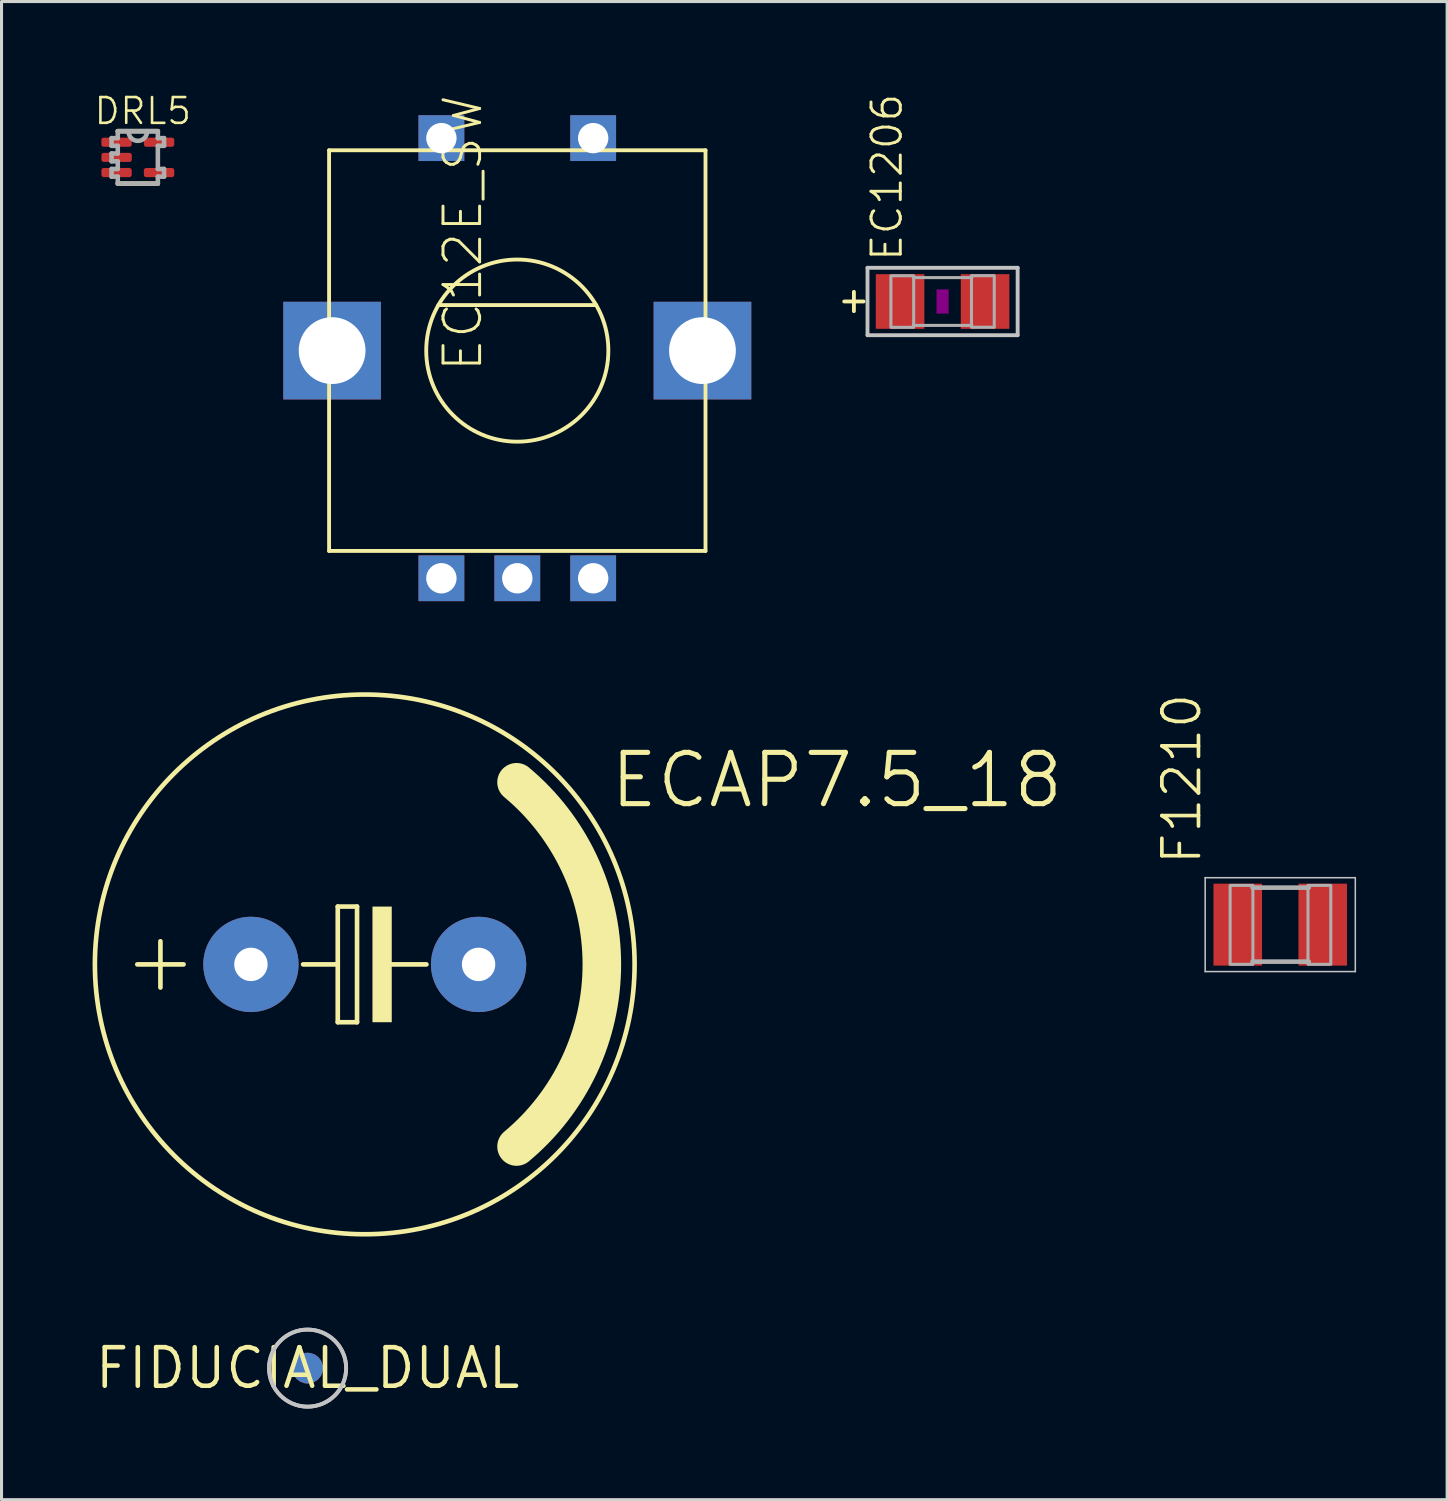
<source format=kicad_pcb>
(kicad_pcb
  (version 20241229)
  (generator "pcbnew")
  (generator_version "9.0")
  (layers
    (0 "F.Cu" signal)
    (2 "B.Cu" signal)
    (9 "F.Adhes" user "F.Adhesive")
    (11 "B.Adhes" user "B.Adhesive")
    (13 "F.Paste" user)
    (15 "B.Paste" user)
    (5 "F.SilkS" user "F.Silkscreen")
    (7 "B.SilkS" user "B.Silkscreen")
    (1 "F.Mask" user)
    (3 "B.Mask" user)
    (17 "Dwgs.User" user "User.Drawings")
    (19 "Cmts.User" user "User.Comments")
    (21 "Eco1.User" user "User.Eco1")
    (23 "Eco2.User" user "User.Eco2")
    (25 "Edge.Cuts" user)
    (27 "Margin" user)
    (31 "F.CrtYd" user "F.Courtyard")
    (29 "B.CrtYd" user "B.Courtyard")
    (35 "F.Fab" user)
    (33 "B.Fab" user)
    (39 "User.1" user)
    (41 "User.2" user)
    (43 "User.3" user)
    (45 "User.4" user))
  (footprint "ECAP7.5_18"
    (layer "F.Cu")
    (at 8.966 28.72)
    (property "Reference" "ECAP7.5_18" (at 8.001 -5.08 0) (layer "F.SilkS") (effects (font (size 1.689 1.689) (thickness 0.169)) (justify left bottom)))
    (attr through_hole)
    (fp_line (start -7.493 0) (end -5.969 0) (stroke (width 0.152) (type solid)) (layer "F.SilkS"))
    (fp_line (start -6.731 0.762) (end -6.731 -0.762) (stroke (width 0.152) (type solid)) (layer "F.SilkS"))
    (fp_line (start -0.889 -1.905) (end -0.889 0) (stroke (width 0.152) (type solid)) (layer "F.SilkS"))
    (fp_line (start -0.889 0) (end -2.032 0) (stroke (width 0.152) (type solid)) (layer "F.SilkS"))
    (fp_line (start -0.889 0) (end -0.889 1.905) (stroke (width 0.152) (type solid)) (layer "F.SilkS"))
    (fp_line (start -0.889 1.905) (end -0.254 1.905) (stroke (width 0.152) (type solid)) (layer "F.SilkS"))
    (fp_line (start -0.254 -1.905) (end -0.889 -1.905) (stroke (width 0.152) (type solid)) (layer "F.SilkS"))
    (fp_line (start -0.254 1.905) (end -0.254 -1.905) (stroke (width 0.152) (type solid)) (layer "F.SilkS"))
    (fp_line (start 0.635 0) (end 2.032 0) (stroke (width 0.152) (type solid)) (layer "F.SilkS"))
    (fp_arc (start 5 -6) (mid 7.81025 0) (end 5 6) (stroke (width 1.27) (type solid)) (layer "F.SilkS"))
    (fp_circle (center 0 0) (end 8.89 0) (stroke (width 0.152) (type solid)) (fill no) (layer "F.SilkS"))
    (fp_poly (pts (xy 0.254 1.905) (xy 0.889 1.905) (xy 0.889 -1.905) (xy 0.254 -1.905)) (stroke (width 0) (type solid)) (fill yes) (layer "F.SilkS"))
    (pad "+" thru_hole circle (at -3.75 0) (size 3.14 3.14) (drill 1.1) (layers "*.Cu" "*.Mask"))
    (pad "-" thru_hole circle (at 3.75 0) (size 3.14 3.14) (drill 1.1) (layers "*.Cu" "*.Mask")))
  (footprint "FIDUCIAL_DUAL"
    (layer "F.Cu")
    (at 7.083 42.02)
    (property "Reference" "FIDUCIAL_DUAL" (at 0 0 0) (layer "F.SilkS") (effects (font (size 1.27 1.27) (thickness 0.15))))
    (attr through_hole)
    (fp_poly (pts (xy 0 -1.27) (xy 0.248 -1.246) (xy 0.486 -1.173) (xy 0.706 -1.056) (xy 0.898 -0.898) (xy 1.056 -0.706) (xy 1.173 -0.486) (xy 1.27 0) (xy 1.246 0.248) (xy 1.173 0.486) (xy 1.056 0.706) (xy 0.898 0.898) (xy 0.706 1.056) (xy 0.486 1.173) (xy 0 1.27) (xy -0.248 1.246) (xy -0.486 1.173) (xy -0.706 1.056) (xy -0.898 0.898) (xy -1.056 0.706) (xy -1.173 0.486) (xy -1.27 0) (xy -1.246 -0.248) (xy -1.173 -0.486) (xy -1.056 -0.706) (xy -0.898 -0.898) (xy -0.706 -1.056) (xy -0.486 -1.173)) (stroke (width 0) (type solid)) (fill yes) (layer "F.Mask"))
    (fp_poly (pts (xy 0 -1.27) (xy 0.248 -1.246) (xy 0.486 -1.173) (xy 0.706 -1.056) (xy 0.898 -0.898) (xy 1.056 -0.706) (xy 1.173 -0.486) (xy 1.27 0) (xy 1.246 0.248) (xy 1.173 0.486) (xy 1.056 0.706) (xy 0.898 0.898) (xy 0.706 1.056) (xy 0.486 1.173) (xy 0 1.27) (xy -0.248 1.246) (xy -0.486 1.173) (xy -0.706 1.056) (xy -0.898 0.898) (xy -1.056 0.706) (xy -1.173 0.486) (xy -1.27 0) (xy -1.246 -0.248) (xy -1.173 -0.486) (xy -1.056 -0.706) (xy -0.898 -0.898) (xy -0.706 -1.056) (xy -0.486 -1.173)) (stroke (width 0) (type solid)) (fill yes) (layer "B.Mask"))
    (fp_circle (center 0 0) (end 1.27 0) (stroke (width 0.127) (type solid)) (fill no) (layer "Dwgs.User"))
    (fp_circle (center 0 0) (end 1.27 0) (stroke (width 0.127) (type solid)) (fill no) (layer "Dwgs.User"))
    (pad "B" smd roundrect (at 0 0 180) (size 1.016 1.016) (layers "B.Cu" "B.Mask") (roundrect_rratio 0.5))
    (pad "T" smd roundrect (at 0 0) (size 1.016 1.016) (layers "F.Cu" "F.Mask") (roundrect_rratio 0.5)))
  (footprint "EC12E_SW"
    (layer "F.Cu")
    (at 13.991 8.5)
    (property "Reference" "EC12E_SW" (at -2.5 -8.5 90) (layer "F.SilkS") (effects (font (size 1.206 1.206) (thickness 0.097)) (justify right top)))
    (attr through_hole)
    (fp_line (start -6.2 -6.6) (end -6.2 6.6) (stroke (width 0.127) (type solid)) (layer "F.SilkS"))
    (fp_line (start -6.2 6.6) (end 6.2 6.6) (stroke (width 0.127) (type solid)) (layer "F.SilkS"))
    (fp_line (start -2.6 -1.5) (end 2.6 -1.5) (stroke (width 0.127) (type solid)) (layer "F.SilkS"))
    (fp_line (start 6.2 -6.6) (end -6.2 -6.6) (stroke (width 0.127) (type solid)) (layer "F.SilkS"))
    (fp_line (start 6.2 6.6) (end 6.2 -6.6) (stroke (width 0.127) (type solid)) (layer "F.SilkS"))
    (fp_circle (center 0 0) (end 3 0) (stroke (width 0.127) (type solid)) (fill no) (layer "F.SilkS"))
    (pad "A" thru_hole rect (at -2.5 7.5) (size 1.508 1.508) (drill 1) (layers "*.Cu" "*.Mask"))
    (pad "B" thru_hole rect (at 2.5 7.5) (size 1.508 1.508) (drill 1) (layers "*.Cu" "*.Mask"))
    (pad "C" thru_hole rect (at 0 7.5) (size 1.508 1.508) (drill 1) (layers "*.Cu" "*.Mask"))
    (pad "D" thru_hole rect (at -2.5 -7) (size 1.508 1.508) (drill 1) (layers "*.Cu" "*.Mask"))
    (pad "E" thru_hole rect (at 2.5 -7) (size 1.508 1.508) (drill 1) (layers "*.Cu" "*.Mask"))
    (pad "GND1" thru_hole rect (at -6.1 0) (size 3.216 3.216) (drill 2.2) (layers "*.Cu" "*.Mask"))
    (pad "GND2" thru_hole rect (at 6.1 0) (size 3.216 3.216) (drill 2.2) (layers "*.Cu" "*.Mask")))
  (footprint "DRL5"
    (layer "F.Cu")
    (at 1.49 2.135)
    (property "Reference" "DRL5" (at -1.49 -1.03 180) (layer "F.SilkS") (effects (font (size 0.85 0.85) (thickness 0.085)) (justify left bottom)))
    (attr through_hole)
    (fp_line (start -0.66 0.864) (end 0.66 0.864) (stroke (width 0.15) (type solid)) (layer "F.SilkS"))
    (fp_line (start 0.66 -0.864) (end -0.66 -0.864) (stroke (width 0.15) (type solid)) (layer "F.SilkS"))
    (fp_line (start -0.864 -0.635) (end -0.864 -0.381) (stroke (width 0.15) (type solid)) (layer "F.Fab"))
    (fp_line (start -0.864 -0.381) (end -0.66 -0.381) (stroke (width 0.15) (type solid)) (layer "F.Fab"))
    (fp_line (start -0.864 -0.13) (end -0.864 0.13) (stroke (width 0.15) (type solid)) (layer "F.Fab"))
    (fp_line (start -0.864 0.13) (end -0.66 0.13) (stroke (width 0.15) (type solid)) (layer "F.Fab"))
    (fp_line (start -0.864 0.381) (end -0.864 0.635) (stroke (width 0.15) (type solid)) (layer "F.Fab"))
    (fp_line (start -0.864 0.635) (end -0.66 0.635) (stroke (width 0.15) (type solid)) (layer "F.Fab"))
    (fp_line (start -0.66 -0.864) (end -0.66 -0.635) (stroke (width 0.15) (type solid)) (layer "F.Fab"))
    (fp_line (start -0.66 -0.635) (end -0.864 -0.635) (stroke (width 0.15) (type solid)) (layer "F.Fab"))
    (fp_line (start -0.66 -0.381) (end -0.66 -0.13) (stroke (width 0.15) (type solid)) (layer "F.Fab"))
    (fp_line (start -0.66 -0.13) (end -0.864 -0.13) (stroke (width 0.15) (type solid)) (layer "F.Fab"))
    (fp_line (start -0.66 0.13) (end -0.66 0.381) (stroke (width 0.15) (type solid)) (layer "F.Fab"))
    (fp_line (start -0.66 0.381) (end -0.864 0.381) (stroke (width 0.15) (type solid)) (layer "F.Fab"))
    (fp_line (start -0.66 0.864) (end -0.66 0.635) (stroke (width 0.15) (type solid)) (layer "F.Fab"))
    (fp_line (start -0.66 0.864) (end 0.66 0.864) (stroke (width 0.15) (type solid)) (layer "F.Fab"))
    (fp_line (start 0.66 -0.864) (end -0.66 -0.864) (stroke (width 0.15) (type solid)) (layer "F.Fab"))
    (fp_line (start 0.66 -0.864) (end 0.66 -0.635) (stroke (width 0.15) (type solid)) (layer "F.Fab"))
    (fp_line (start 0.66 -0.381) (end 0.864 -0.381) (stroke (width 0.15) (type solid)) (layer "F.Fab"))
    (fp_line (start 0.66 0.381) (end 0.66 -0.381) (stroke (width 0.15) (type solid)) (layer "F.Fab"))
    (fp_line (start 0.66 0.635) (end 0.864 0.635) (stroke (width 0.15) (type solid)) (layer "F.Fab"))
    (fp_line (start 0.66 0.864) (end 0.66 0.635) (stroke (width 0.15) (type solid)) (layer "F.Fab"))
    (fp_line (start 0.864 -0.635) (end 0.66 -0.635) (stroke (width 0.15) (type solid)) (layer "F.Fab"))
    (fp_line (start 0.864 -0.381) (end 0.864 -0.635) (stroke (width 0.15) (type solid)) (layer "F.Fab"))
    (fp_line (start 0.864 0.381) (end 0.66 0.381) (stroke (width 0.15) (type solid)) (layer "F.Fab"))
    (fp_line (start 0.864 0.635) (end 0.864 0.381) (stroke (width 0.15) (type solid)) (layer "F.Fab"))
    (fp_arc (start 0.3048 -0.8636) (mid 0.0136 -0.5452) (end -0.3048 -0.8364) (stroke (width 0.15) (type solid)) (layer "F.Fab"))
    (pad "1" smd roundrect (at -0.7 -0.5) (size 1 0.3) (layers "F.Cu" "F.Mask" "F.Paste") (roundrect_rratio 0.25))
    (pad "2" smd roundrect (at -0.699 0) (size 1 0.3) (layers "F.Cu" "F.Mask" "F.Paste") (roundrect_rratio 0.25))
    (pad "3" smd roundrect (at -0.7 0.5) (size 1 0.3) (layers "F.Cu" "F.Mask" "F.Paste") (roundrect_rratio 0.25))
    (pad "4" smd roundrect (at 0.7 0.5) (size 1 0.3) (layers "F.Cu" "F.Mask" "F.Paste") (roundrect_rratio 0.25))
    (pad "5" smd roundrect (at 0.7 -0.5) (size 1 0.3) (layers "F.Cu" "F.Mask" "F.Paste") (roundrect_rratio 0.25)))
  (footprint "F1210"
    (layer "F.Cu")
    (at 39.125 27.41)
    (property "Reference" "F1210" (at -2.54 -1.905 270) (layer "F.SilkS") (effects (font (size 1.206 1.206) (thickness 0.121)) (justify left bottom)))
    (attr through_hole)
    (fp_line (start -2.473 -1.546) (end 2.473 -1.546) (stroke (width 0.051) (type solid)) (layer "Dwgs.User"))
    (fp_line (start -2.473 1.546) (end -2.473 -1.546) (stroke (width 0.051) (type solid)) (layer "Dwgs.User"))
    (fp_line (start 2.473 -1.546) (end 2.473 1.546) (stroke (width 0.051) (type solid)) (layer "Dwgs.User"))
    (fp_line (start 2.473 1.546) (end -2.473 1.546) (stroke (width 0.051) (type solid)) (layer "Dwgs.User"))
    (fp_line (start -0.913 -1.219) (end 0.939 -1.219) (stroke (width 0.152) (type solid)) (layer "F.Fab"))
    (fp_line (start -0.913 1.219) (end 0.939 1.219) (stroke (width 0.152) (type solid)) (layer "F.Fab"))
    (fp_poly (pts (xy -1.651 1.308) (xy -0.901 1.308) (xy -0.901 -1.292) (xy -1.651 -1.292)) (stroke (width 0.1) (type solid)) (fill no) (layer "F.Fab"))
    (fp_poly (pts (xy 0.914 1.308) (xy 1.665 1.308) (xy 1.665 -1.292) (xy 0.914 -1.292)) (stroke (width 0.1) (type solid)) (fill no) (layer "F.Fab"))
    (pad "1" smd rect (at -1.4 0) (size 1.6 2.7) (layers "F.Cu" "F.Mask" "F.Paste"))
    (pad "2" smd rect (at 1.4 0) (size 1.6 2.7) (layers "F.Cu" "F.Mask" "F.Paste")))
  (footprint "EC1206"
    (layer "F.Cu")
    (at 28.001 6.882)
    (property "Reference" "EC1206" (at -1.27 -1.27 90) (layer "F.SilkS") (effects (font (size 0.965 0.965) (thickness 0.097)) (justify left bottom)))
    (attr through_hole)
    (fp_line (start -3.239 0) (end -2.603 0) (stroke (width 0.127) (type solid)) (layer "F.SilkS"))
    (fp_line (start -2.921 -0.318) (end -2.921 0.318) (stroke (width 0.127) (type solid)) (layer "F.SilkS"))
    (fp_poly (pts (xy -0.2 0.4) (xy 0.2 0.4) (xy 0.2 -0.4) (xy -0.2 -0.4)) (stroke (width 0) (type solid)) (fill yes) (layer "F.Adhes"))
    (fp_line (start -2.473 -1.11) (end 2.473 -1.11) (stroke (width 0.127) (type solid)) (layer "Dwgs.User"))
    (fp_line (start -2.473 1.11) (end -2.473 -1.11) (stroke (width 0.127) (type solid)) (layer "Dwgs.User"))
    (fp_line (start 2.473 -1.11) (end 2.473 1.11) (stroke (width 0.127) (type solid)) (layer "Dwgs.User"))
    (fp_line (start 2.473 1.11) (end -2.473 1.11) (stroke (width 0.127) (type solid)) (layer "Dwgs.User"))
    (fp_line (start -0.965 -0.787) (end 0.965 -0.787) (stroke (width 0.102) (type solid)) (layer "F.Fab"))
    (fp_line (start -0.965 0.787) (end 0.965 0.787) (stroke (width 0.102) (type solid)) (layer "F.Fab"))
    (fp_poly (pts (xy -1.702 0.851) (xy -0.952 0.851) (xy -0.952 -0.849) (xy -1.702 -0.849)) (stroke (width 0.1) (type solid)) (fill no) (layer "F.Fab"))
    (fp_poly (pts (xy 0.952 0.849) (xy 1.702 0.849) (xy 1.702 -0.851) (xy 0.952 -0.851)) (stroke (width 0.1) (type solid)) (fill no) (layer "F.Fab"))
    (pad "+" smd rect (at -1.4 0) (size 1.6 1.8) (layers "F.Cu" "F.Mask" "F.Paste"))
    (pad "-" smd rect (at 1.4 0) (size 1.6 1.8) (layers "F.Cu" "F.Mask" "F.Paste")))
  (gr_rect
    (start -3 -3)
    (end 44.623 46.353)
    (stroke (width 0.1) (type default))
    (fill no)
    (layer "Edge.Cuts")))
</source>
